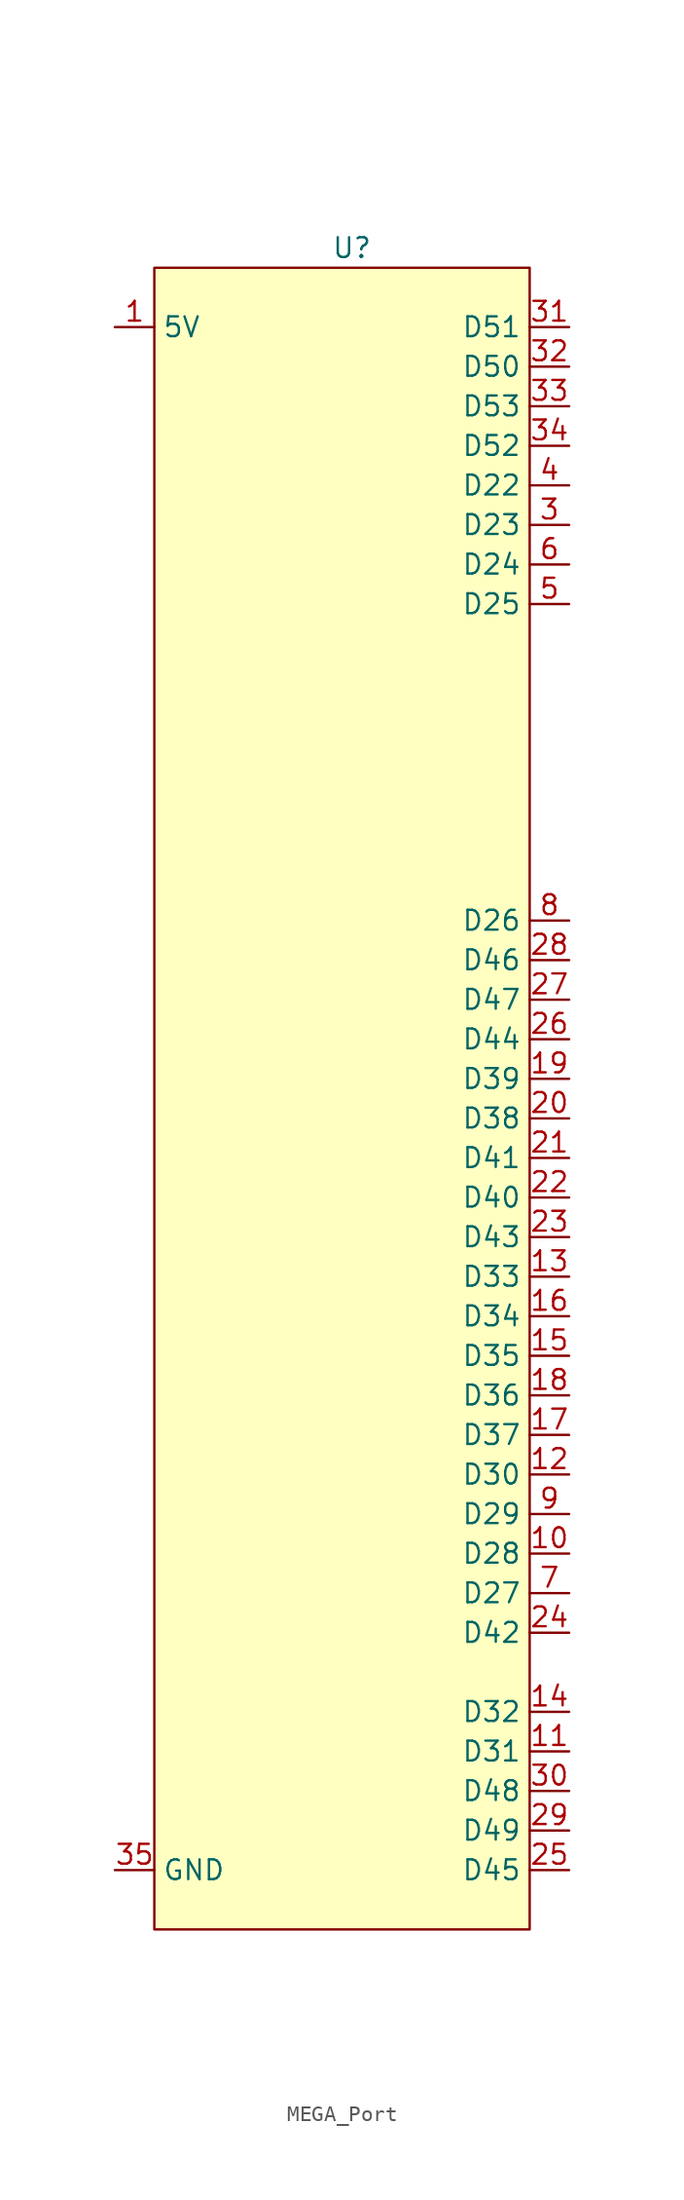
<source format=kicad_sym>
(kicad_symbol_lib
  (version 20231120)
  (generator "kicad_symbol_editor")
  (generator_version "8.0")
  (symbol "MEGA_Port"
    (property "Reference" "U"
      (at 0 0 0)
      (effects (font (size 1.27 1.27))))
    (property "Value" ""
      (at 0 0 0)
      (effects (font (size 1.27 1.27))))
    (symbol "MEGA_Port_1_1"
      (rectangle (start -12.7 -1.27) (end 11.43 -107.95) (stroke (width 0) (type default)) (fill (type background)))
      (pin power_out line (at -15.24 -5.08 0) (length 2.54) (name "5V" (effects (font (size 1.27 1.27)))) (number "1" (effects (font (size 1.27 1.27)))))
      (pin bidirectional line (at 13.97 -83.82 180) (length 2.54) (name "D28" (effects (font (size 1.27 1.27)))) (number "10" (effects (font (size 1.27 1.27)))))
      (pin bidirectional line (at 13.97 -96.52 180) (length 2.54) (name "D31" (effects (font (size 1.27 1.27)))) (number "11" (effects (font (size 1.27 1.27)))))
      (pin bidirectional line (at 13.97 -78.74 180) (length 2.54) (name "D30" (effects (font (size 1.27 1.27)))) (number "12" (effects (font (size 1.27 1.27)))))
      (pin bidirectional line (at 13.97 -66.04 180) (length 2.54) (name "D33" (effects (font (size 1.27 1.27)))) (number "13" (effects (font (size 1.27 1.27)))))
      (pin bidirectional line (at 13.97 -93.98 180) (length 2.54) (name "D32" (effects (font (size 1.27 1.27)))) (number "14" (effects (font (size 1.27 1.27)))))
      (pin bidirectional line (at 13.97 -71.12 180) (length 2.54) (name "D35" (effects (font (size 1.27 1.27)))) (number "15" (effects (font (size 1.27 1.27)))))
      (pin bidirectional line (at 13.97 -68.58 180) (length 2.54) (name "D34" (effects (font (size 1.27 1.27)))) (number "16" (effects (font (size 1.27 1.27)))))
      (pin bidirectional line (at 13.97 -76.2 180) (length 2.54) (name "D37" (effects (font (size 1.27 1.27)))) (number "17" (effects (font (size 1.27 1.27)))))
      (pin bidirectional line (at 13.97 -73.66 180) (length 2.54) (name "D36" (effects (font (size 1.27 1.27)))) (number "18" (effects (font (size 1.27 1.27)))))
      (pin bidirectional line (at 13.97 -53.34 180) (length 2.54) (name "D39" (effects (font (size 1.27 1.27)))) (number "19" (effects (font (size 1.27 1.27)))))
      (pin passive line (at -15.24 -5.08 0) (length 2.54) hide (name "5V" (effects (font (size 1.27 1.27)))) (number "2" (effects (font (size 1.27 1.27)))))
      (pin bidirectional line (at 13.97 -55.88 180) (length 2.54) (name "D38" (effects (font (size 1.27 1.27)))) (number "20" (effects (font (size 1.27 1.27)))))
      (pin bidirectional line (at 13.97 -58.42 180) (length 2.54) (name "D41" (effects (font (size 1.27 1.27)))) (number "21" (effects (font (size 1.27 1.27)))))
      (pin bidirectional line (at 13.97 -60.96 180) (length 2.54) (name "D40" (effects (font (size 1.27 1.27)))) (number "22" (effects (font (size 1.27 1.27)))))
      (pin bidirectional line (at 13.97 -63.5 180) (length 2.54) (name "D43" (effects (font (size 1.27 1.27)))) (number "23" (effects (font (size 1.27 1.27)))))
      (pin bidirectional line (at 13.97 -88.9 180) (length 2.54) (name "D42" (effects (font (size 1.27 1.27)))) (number "24" (effects (font (size 1.27 1.27)))))
      (pin bidirectional line (at 13.97 -104.14 180) (length 2.54) (name "D45" (effects (font (size 1.27 1.27)))) (number "25" (effects (font (size 1.27 1.27)))))
      (pin bidirectional line (at 13.97 -50.8 180) (length 2.54) (name "D44" (effects (font (size 1.27 1.27)))) (number "26" (effects (font (size 1.27 1.27)))))
      (pin bidirectional line (at 13.97 -48.26 180) (length 2.54) (name "D47" (effects (font (size 1.27 1.27)))) (number "27" (effects (font (size 1.27 1.27)))))
      (pin bidirectional line (at 13.97 -45.72 180) (length 2.54) (name "D46" (effects (font (size 1.27 1.27)))) (number "28" (effects (font (size 1.27 1.27)))))
      (pin bidirectional line (at 13.97 -101.6 180) (length 2.54) (name "D49" (effects (font (size 1.27 1.27)))) (number "29" (effects (font (size 1.27 1.27)))))
      (pin bidirectional line (at 13.97 -17.78 180) (length 2.54) (name "D23" (effects (font (size 1.27 1.27)))) (number "3" (effects (font (size 1.27 1.27)))))
      (pin bidirectional line (at 13.97 -99.06 180) (length 2.54) (name "D48" (effects (font (size 1.27 1.27)))) (number "30" (effects (font (size 1.27 1.27)))))
      (pin bidirectional line (at 13.97 -5.08 180) (length 2.54) (name "D51" (effects (font (size 1.27 1.27)))) (number "31" (effects (font (size 1.27 1.27)))))
      (pin bidirectional line (at 13.97 -7.62 180) (length 2.54) (name "D50" (effects (font (size 1.27 1.27)))) (number "32" (effects (font (size 1.27 1.27)))))
      (pin bidirectional line (at 13.97 -10.16 180) (length 2.54) (name "D53" (effects (font (size 1.27 1.27)))) (number "33" (effects (font (size 1.27 1.27)))))
      (pin bidirectional line (at 13.97 -12.7 180) (length 2.54) (name "D52" (effects (font (size 1.27 1.27)))) (number "34" (effects (font (size 1.27 1.27)))))
      (pin power_out line (at -15.24 -104.14 0) (length 2.54) (name "GND" (effects (font (size 1.27 1.27)))) (number "35" (effects (font (size 1.27 1.27)))))
      (pin passive line (at -15.24 -104.14 0) (length 2.54) hide (name "GND" (effects (font (size 1.27 1.27)))) (number "36" (effects (font (size 1.27 1.27)))))
      (pin bidirectional line (at 13.97 -15.24 180) (length 2.54) (name "D22" (effects (font (size 1.27 1.27)))) (number "4" (effects (font (size 1.27 1.27)))))
      (pin bidirectional line (at 13.97 -22.86 180) (length 2.54) (name "D25" (effects (font (size 1.27 1.27)))) (number "5" (effects (font (size 1.27 1.27)))))
      (pin bidirectional line (at 13.97 -20.32 180) (length 2.54) (name "D24" (effects (font (size 1.27 1.27)))) (number "6" (effects (font (size 1.27 1.27)))))
      (pin bidirectional line (at 13.97 -86.36 180) (length 2.54) (name "D27" (effects (font (size 1.27 1.27)))) (number "7" (effects (font (size 1.27 1.27)))))
      (pin bidirectional line (at 13.97 -43.18 180) (length 2.54) (name "D26" (effects (font (size 1.27 1.27)))) (number "8" (effects (font (size 1.27 1.27)))))
      (pin bidirectional line (at 13.97 -81.28 180) (length 2.54) (name "D29" (effects (font (size 1.27 1.27)))) (number "9" (effects (font (size 1.27 1.27))))))))
</source>
